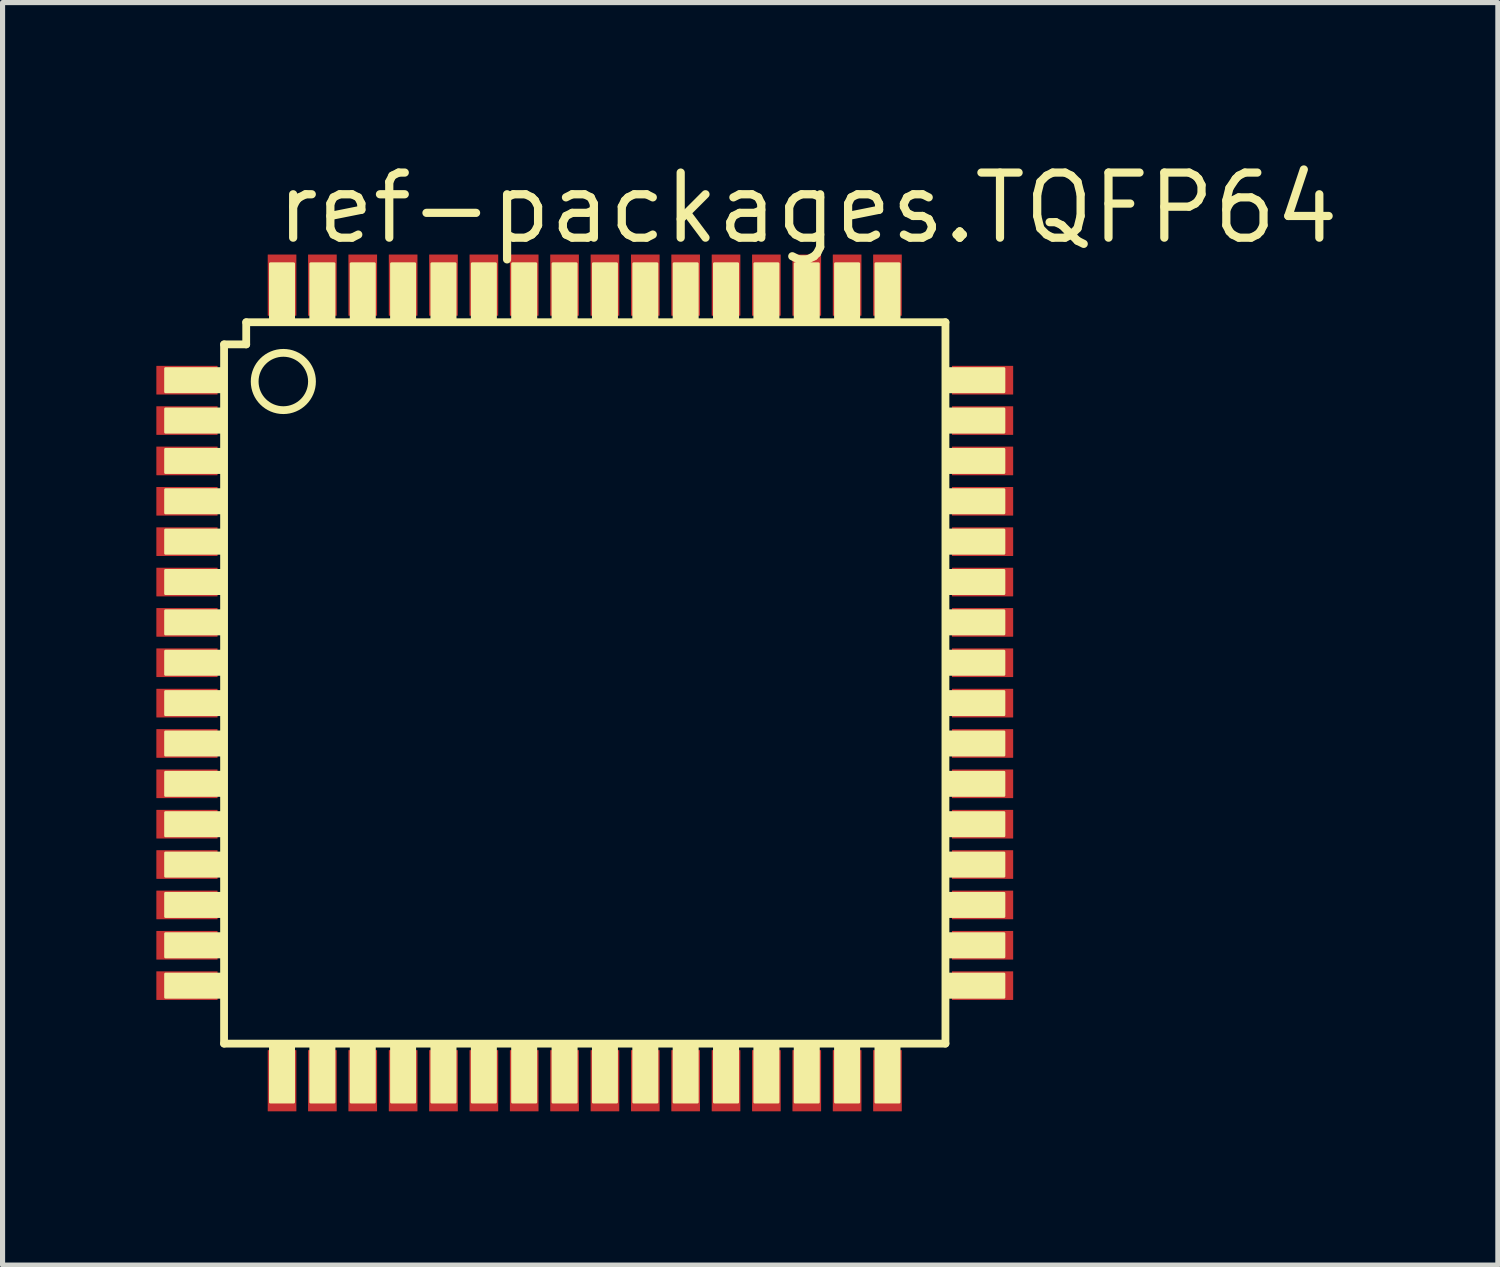
<source format=kicad_pcb>
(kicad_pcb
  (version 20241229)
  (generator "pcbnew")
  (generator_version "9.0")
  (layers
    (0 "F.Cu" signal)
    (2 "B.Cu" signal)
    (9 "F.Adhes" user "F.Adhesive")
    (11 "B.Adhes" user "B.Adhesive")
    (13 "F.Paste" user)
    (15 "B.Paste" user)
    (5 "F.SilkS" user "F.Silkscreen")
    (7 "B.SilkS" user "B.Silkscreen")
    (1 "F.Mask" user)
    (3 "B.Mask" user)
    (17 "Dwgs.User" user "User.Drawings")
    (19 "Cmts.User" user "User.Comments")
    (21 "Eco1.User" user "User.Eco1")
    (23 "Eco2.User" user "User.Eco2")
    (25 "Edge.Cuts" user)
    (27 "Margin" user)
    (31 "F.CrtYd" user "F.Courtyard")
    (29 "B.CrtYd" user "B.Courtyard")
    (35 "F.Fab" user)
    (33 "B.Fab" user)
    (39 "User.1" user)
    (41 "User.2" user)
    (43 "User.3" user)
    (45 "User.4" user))
  (footprint "ref-packages.TQFP64"
    (layer "F.Cu")
    (at 8.357 10.272)
    (property "Reference" "ref-packages.TQFP64" (at -6.096 -8.522 0) (layer "F.SilkS") (effects (font (size 1.27 1.27) (thickness 0.16)) (justify left bottom)))
    (attr smd)
    (fp_line (start -7.036 -6.604) (end -6.604 -6.604) (stroke (width 0.152) (type default)) (layer "F.SilkS"))
    (fp_line (start -7.036 7.036) (end -7.036 -6.604) (stroke (width 0.152) (type default)) (layer "F.SilkS"))
    (fp_line (start -6.604 -7.036) (end 7.036 -7.036) (stroke (width 0.152) (type default)) (layer "F.SilkS"))
    (fp_line (start -6.604 -6.604) (end -6.604 -7.036) (stroke (width 0.152) (type default)) (layer "F.SilkS"))
    (fp_line (start 7.036 -7.036) (end 7.036 7.036) (stroke (width 0.152) (type default)) (layer "F.SilkS"))
    (fp_line (start 7.036 7.036) (end -7.036 7.036) (stroke (width 0.152) (type default)) (layer "F.SilkS"))
    (fp_rect (start -8.179 -5.677) (end -7.087 -6.134) (stroke (width 0.05) (type default)) (fill yes) (layer "F.SilkS"))
    (fp_rect (start -8.179 -4.889) (end -7.087 -5.347) (stroke (width 0.05) (type default)) (fill yes) (layer "F.SilkS"))
    (fp_rect (start -8.179 -4.102) (end -7.087 -4.559) (stroke (width 0.05) (type default)) (fill yes) (layer "F.SilkS"))
    (fp_rect (start -8.179 -3.315) (end -7.087 -3.772) (stroke (width 0.05) (type default)) (fill yes) (layer "F.SilkS"))
    (fp_rect (start -8.179 -2.527) (end -7.087 -2.985) (stroke (width 0.05) (type default)) (fill yes) (layer "F.SilkS"))
    (fp_rect (start -8.179 -1.74) (end -7.087 -2.197) (stroke (width 0.05) (type default)) (fill yes) (layer "F.SilkS"))
    (fp_rect (start -8.179 -0.953) (end -7.087 -1.41) (stroke (width 0.05) (type default)) (fill yes) (layer "F.SilkS"))
    (fp_rect (start -8.179 -0.165) (end -7.087 -0.622) (stroke (width 0.05) (type default)) (fill yes) (layer "F.SilkS"))
    (fp_rect (start -8.179 0.622) (end -7.087 0.165) (stroke (width 0.05) (type default)) (fill yes) (layer "F.SilkS"))
    (fp_rect (start -8.179 1.41) (end -7.087 0.953) (stroke (width 0.05) (type default)) (fill yes) (layer "F.SilkS"))
    (fp_rect (start -8.179 2.197) (end -7.087 1.74) (stroke (width 0.05) (type default)) (fill yes) (layer "F.SilkS"))
    (fp_rect (start -8.179 2.985) (end -7.087 2.527) (stroke (width 0.05) (type default)) (fill yes) (layer "F.SilkS"))
    (fp_rect (start -8.179 3.772) (end -7.087 3.315) (stroke (width 0.05) (type default)) (fill yes) (layer "F.SilkS"))
    (fp_rect (start -8.179 4.559) (end -7.087 4.102) (stroke (width 0.05) (type default)) (fill yes) (layer "F.SilkS"))
    (fp_rect (start -8.179 5.347) (end -7.087 4.889) (stroke (width 0.05) (type default)) (fill yes) (layer "F.SilkS"))
    (fp_rect (start -8.179 6.134) (end -7.087 5.677) (stroke (width 0.05) (type default)) (fill yes) (layer "F.SilkS"))
    (fp_rect (start -6.134 -7.087) (end -5.677 -8.179) (stroke (width 0.05) (type default)) (fill yes) (layer "F.SilkS"))
    (fp_rect (start -6.134 8.179) (end -5.677 7.087) (stroke (width 0.05) (type default)) (fill yes) (layer "F.SilkS"))
    (fp_rect (start -5.347 -7.087) (end -4.889 -8.179) (stroke (width 0.05) (type default)) (fill yes) (layer "F.SilkS"))
    (fp_rect (start -5.347 8.179) (end -4.889 7.087) (stroke (width 0.05) (type default)) (fill yes) (layer "F.SilkS"))
    (fp_rect (start -4.559 -7.087) (end -4.102 -8.179) (stroke (width 0.05) (type default)) (fill yes) (layer "F.SilkS"))
    (fp_rect (start -4.559 8.179) (end -4.102 7.087) (stroke (width 0.05) (type default)) (fill yes) (layer "F.SilkS"))
    (fp_rect (start -3.772 -7.087) (end -3.315 -8.179) (stroke (width 0.05) (type default)) (fill yes) (layer "F.SilkS"))
    (fp_rect (start -3.772 8.179) (end -3.315 7.087) (stroke (width 0.05) (type default)) (fill yes) (layer "F.SilkS"))
    (fp_rect (start -2.985 -7.087) (end -2.527 -8.179) (stroke (width 0.05) (type default)) (fill yes) (layer "F.SilkS"))
    (fp_rect (start -2.985 8.179) (end -2.527 7.087) (stroke (width 0.05) (type default)) (fill yes) (layer "F.SilkS"))
    (fp_rect (start -2.197 -7.087) (end -1.74 -8.179) (stroke (width 0.05) (type default)) (fill yes) (layer "F.SilkS"))
    (fp_rect (start -2.197 8.179) (end -1.74 7.087) (stroke (width 0.05) (type default)) (fill yes) (layer "F.SilkS"))
    (fp_rect (start -1.41 -7.087) (end -0.953 -8.179) (stroke (width 0.05) (type default)) (fill yes) (layer "F.SilkS"))
    (fp_rect (start -1.41 8.179) (end -0.953 7.087) (stroke (width 0.05) (type default)) (fill yes) (layer "F.SilkS"))
    (fp_rect (start -0.622 -7.087) (end -0.165 -8.179) (stroke (width 0.05) (type default)) (fill yes) (layer "F.SilkS"))
    (fp_rect (start -0.622 8.179) (end -0.165 7.087) (stroke (width 0.05) (type default)) (fill yes) (layer "F.SilkS"))
    (fp_rect (start 0.165 -7.087) (end 0.622 -8.179) (stroke (width 0.05) (type default)) (fill yes) (layer "F.SilkS"))
    (fp_rect (start 0.165 8.179) (end 0.622 7.087) (stroke (width 0.05) (type default)) (fill yes) (layer "F.SilkS"))
    (fp_rect (start 0.953 -7.087) (end 1.41 -8.179) (stroke (width 0.05) (type default)) (fill yes) (layer "F.SilkS"))
    (fp_rect (start 0.953 8.179) (end 1.41 7.087) (stroke (width 0.05) (type default)) (fill yes) (layer "F.SilkS"))
    (fp_rect (start 1.74 -7.087) (end 2.197 -8.179) (stroke (width 0.05) (type default)) (fill yes) (layer "F.SilkS"))
    (fp_rect (start 1.74 8.179) (end 2.197 7.087) (stroke (width 0.05) (type default)) (fill yes) (layer "F.SilkS"))
    (fp_rect (start 2.527 -7.087) (end 2.985 -8.179) (stroke (width 0.05) (type default)) (fill yes) (layer "F.SilkS"))
    (fp_rect (start 2.527 8.179) (end 2.985 7.087) (stroke (width 0.05) (type default)) (fill yes) (layer "F.SilkS"))
    (fp_rect (start 3.315 -7.087) (end 3.772 -8.179) (stroke (width 0.05) (type default)) (fill yes) (layer "F.SilkS"))
    (fp_rect (start 3.315 8.179) (end 3.772 7.087) (stroke (width 0.05) (type default)) (fill yes) (layer "F.SilkS"))
    (fp_rect (start 4.102 -7.087) (end 4.559 -8.179) (stroke (width 0.05) (type default)) (fill yes) (layer "F.SilkS"))
    (fp_rect (start 4.102 8.179) (end 4.559 7.087) (stroke (width 0.05) (type default)) (fill yes) (layer "F.SilkS"))
    (fp_rect (start 4.889 -7.087) (end 5.347 -8.179) (stroke (width 0.05) (type default)) (fill yes) (layer "F.SilkS"))
    (fp_rect (start 4.889 8.179) (end 5.347 7.087) (stroke (width 0.05) (type default)) (fill yes) (layer "F.SilkS"))
    (fp_rect (start 5.677 -7.087) (end 6.134 -8.179) (stroke (width 0.05) (type default)) (fill yes) (layer "F.SilkS"))
    (fp_rect (start 5.677 8.179) (end 6.134 7.087) (stroke (width 0.05) (type default)) (fill yes) (layer "F.SilkS"))
    (fp_rect (start 7.087 -5.677) (end 8.179 -6.134) (stroke (width 0.05) (type default)) (fill yes) (layer "F.SilkS"))
    (fp_rect (start 7.087 -4.889) (end 8.179 -5.347) (stroke (width 0.05) (type default)) (fill yes) (layer "F.SilkS"))
    (fp_rect (start 7.087 -4.102) (end 8.179 -4.559) (stroke (width 0.05) (type default)) (fill yes) (layer "F.SilkS"))
    (fp_rect (start 7.087 -3.315) (end 8.179 -3.772) (stroke (width 0.05) (type default)) (fill yes) (layer "F.SilkS"))
    (fp_rect (start 7.087 -2.527) (end 8.179 -2.985) (stroke (width 0.05) (type default)) (fill yes) (layer "F.SilkS"))
    (fp_rect (start 7.087 -1.74) (end 8.179 -2.197) (stroke (width 0.05) (type default)) (fill yes) (layer "F.SilkS"))
    (fp_rect (start 7.087 -0.953) (end 8.179 -1.41) (stroke (width 0.05) (type default)) (fill yes) (layer "F.SilkS"))
    (fp_rect (start 7.087 -0.165) (end 8.179 -0.622) (stroke (width 0.05) (type default)) (fill yes) (layer "F.SilkS"))
    (fp_rect (start 7.087 0.622) (end 8.179 0.165) (stroke (width 0.05) (type default)) (fill yes) (layer "F.SilkS"))
    (fp_rect (start 7.087 1.41) (end 8.179 0.953) (stroke (width 0.05) (type default)) (fill yes) (layer "F.SilkS"))
    (fp_rect (start 7.087 2.197) (end 8.179 1.74) (stroke (width 0.05) (type default)) (fill yes) (layer "F.SilkS"))
    (fp_rect (start 7.087 2.985) (end 8.179 2.527) (stroke (width 0.05) (type default)) (fill yes) (layer "F.SilkS"))
    (fp_rect (start 7.087 3.772) (end 8.179 3.315) (stroke (width 0.05) (type default)) (fill yes) (layer "F.SilkS"))
    (fp_rect (start 7.087 4.559) (end 8.179 4.102) (stroke (width 0.05) (type default)) (fill yes) (layer "F.SilkS"))
    (fp_rect (start 7.087 5.347) (end 8.179 4.889) (stroke (width 0.05) (type default)) (fill yes) (layer "F.SilkS"))
    (fp_rect (start 7.087 6.134) (end 8.179 5.677) (stroke (width 0.05) (type default)) (fill yes) (layer "F.SilkS"))
    (fp_circle (center -5.88 -5.88) (end -5.321 -5.88) (stroke (width 0.152) (type default)) (fill no) (layer "F.SilkS"))
    (pad "1" smd roundrect (at -7.76 -5.905) (size 1.194 0.559) (layers "F.Cu" "F.Mask" "F.Paste") (roundrect_rratio 0.01))
    (pad "2" smd roundrect (at -7.76 -5.118) (size 1.194 0.559) (layers "F.Cu" "F.Mask" "F.Paste") (roundrect_rratio 0.01))
    (pad "3" smd roundrect (at -7.76 -4.331) (size 1.194 0.559) (layers "F.Cu" "F.Mask" "F.Paste") (roundrect_rratio 0.01))
    (pad "4" smd roundrect (at -7.76 -3.543) (size 1.194 0.559) (layers "F.Cu" "F.Mask" "F.Paste") (roundrect_rratio 0.01))
    (pad "5" smd roundrect (at -7.76 -2.756) (size 1.194 0.559) (layers "F.Cu" "F.Mask" "F.Paste") (roundrect_rratio 0.01))
    (pad "6" smd roundrect (at -7.76 -1.968) (size 1.194 0.559) (layers "F.Cu" "F.Mask" "F.Paste") (roundrect_rratio 0.01))
    (pad "7" smd roundrect (at -7.76 -1.181) (size 1.194 0.559) (layers "F.Cu" "F.Mask" "F.Paste") (roundrect_rratio 0.01))
    (pad "8" smd roundrect (at -7.76 -0.394) (size 1.194 0.559) (layers "F.Cu" "F.Mask" "F.Paste") (roundrect_rratio 0.01))
    (pad "9" smd roundrect (at -7.76 0.394) (size 1.194 0.559) (layers "F.Cu" "F.Mask" "F.Paste") (roundrect_rratio 0.01))
    (pad "10" smd roundrect (at -7.76 1.181) (size 1.194 0.559) (layers "F.Cu" "F.Mask" "F.Paste") (roundrect_rratio 0.01))
    (pad "11" smd roundrect (at -7.76 1.968) (size 1.194 0.559) (layers "F.Cu" "F.Mask" "F.Paste") (roundrect_rratio 0.01))
    (pad "12" smd roundrect (at -7.76 2.756) (size 1.194 0.559) (layers "F.Cu" "F.Mask" "F.Paste") (roundrect_rratio 0.01))
    (pad "13" smd roundrect (at -7.76 3.543) (size 1.194 0.559) (layers "F.Cu" "F.Mask" "F.Paste") (roundrect_rratio 0.01))
    (pad "14" smd roundrect (at -7.76 4.331) (size 1.194 0.559) (layers "F.Cu" "F.Mask" "F.Paste") (roundrect_rratio 0.01))
    (pad "15" smd roundrect (at -7.76 5.118) (size 1.194 0.559) (layers "F.Cu" "F.Mask" "F.Paste") (roundrect_rratio 0.01))
    (pad "16" smd roundrect (at -7.76 5.905) (size 1.194 0.559) (layers "F.Cu" "F.Mask" "F.Paste") (roundrect_rratio 0.01))
    (pad "17" smd roundrect (at -5.905 7.76) (size 0.559 1.194) (layers "F.Cu" "F.Mask" "F.Paste") (roundrect_rratio 0.01))
    (pad "18" smd roundrect (at -5.118 7.76) (size 0.559 1.194) (layers "F.Cu" "F.Mask" "F.Paste") (roundrect_rratio 0.01))
    (pad "19" smd roundrect (at -4.331 7.76) (size 0.559 1.194) (layers "F.Cu" "F.Mask" "F.Paste") (roundrect_rratio 0.01))
    (pad "20" smd roundrect (at -3.543 7.76) (size 0.559 1.194) (layers "F.Cu" "F.Mask" "F.Paste") (roundrect_rratio 0.01))
    (pad "21" smd roundrect (at -2.756 7.76) (size 0.559 1.194) (layers "F.Cu" "F.Mask" "F.Paste") (roundrect_rratio 0.01))
    (pad "22" smd roundrect (at -1.968 7.76) (size 0.559 1.194) (layers "F.Cu" "F.Mask" "F.Paste") (roundrect_rratio 0.01))
    (pad "23" smd roundrect (at -1.181 7.76) (size 0.559 1.194) (layers "F.Cu" "F.Mask" "F.Paste") (roundrect_rratio 0.01))
    (pad "24" smd roundrect (at -0.394 7.76) (size 0.559 1.194) (layers "F.Cu" "F.Mask" "F.Paste") (roundrect_rratio 0.01))
    (pad "25" smd roundrect (at 0.394 7.76) (size 0.559 1.194) (layers "F.Cu" "F.Mask" "F.Paste") (roundrect_rratio 0.01))
    (pad "26" smd roundrect (at 1.181 7.76) (size 0.559 1.194) (layers "F.Cu" "F.Mask" "F.Paste") (roundrect_rratio 0.01))
    (pad "27" smd roundrect (at 1.968 7.76) (size 0.559 1.194) (layers "F.Cu" "F.Mask" "F.Paste") (roundrect_rratio 0.01))
    (pad "28" smd roundrect (at 2.756 7.76) (size 0.559 1.194) (layers "F.Cu" "F.Mask" "F.Paste") (roundrect_rratio 0.01))
    (pad "29" smd roundrect (at 3.543 7.76) (size 0.559 1.194) (layers "F.Cu" "F.Mask" "F.Paste") (roundrect_rratio 0.01))
    (pad "30" smd roundrect (at 4.331 7.76) (size 0.559 1.194) (layers "F.Cu" "F.Mask" "F.Paste") (roundrect_rratio 0.01))
    (pad "31" smd roundrect (at 5.118 7.76) (size 0.559 1.194) (layers "F.Cu" "F.Mask" "F.Paste") (roundrect_rratio 0.01))
    (pad "32" smd roundrect (at 5.905 7.76) (size 0.559 1.194) (layers "F.Cu" "F.Mask" "F.Paste") (roundrect_rratio 0.01))
    (pad "33" smd roundrect (at 7.76 5.905) (size 1.194 0.559) (layers "F.Cu" "F.Mask" "F.Paste") (roundrect_rratio 0.01))
    (pad "34" smd roundrect (at 7.76 5.118) (size 1.194 0.559) (layers "F.Cu" "F.Mask" "F.Paste") (roundrect_rratio 0.01))
    (pad "35" smd roundrect (at 7.76 4.331) (size 1.194 0.559) (layers "F.Cu" "F.Mask" "F.Paste") (roundrect_rratio 0.01))
    (pad "36" smd roundrect (at 7.76 3.543) (size 1.194 0.559) (layers "F.Cu" "F.Mask" "F.Paste") (roundrect_rratio 0.01))
    (pad "37" smd roundrect (at 7.76 2.756) (size 1.194 0.559) (layers "F.Cu" "F.Mask" "F.Paste") (roundrect_rratio 0.01))
    (pad "38" smd roundrect (at 7.76 1.968) (size 1.194 0.559) (layers "F.Cu" "F.Mask" "F.Paste") (roundrect_rratio 0.01))
    (pad "39" smd roundrect (at 7.76 1.181) (size 1.194 0.559) (layers "F.Cu" "F.Mask" "F.Paste") (roundrect_rratio 0.01))
    (pad "40" smd roundrect (at 7.76 0.394) (size 1.194 0.559) (layers "F.Cu" "F.Mask" "F.Paste") (roundrect_rratio 0.01))
    (pad "41" smd roundrect (at 7.76 -0.394) (size 1.194 0.559) (layers "F.Cu" "F.Mask" "F.Paste") (roundrect_rratio 0.01))
    (pad "42" smd roundrect (at 7.76 -1.181) (size 1.194 0.559) (layers "F.Cu" "F.Mask" "F.Paste") (roundrect_rratio 0.01))
    (pad "43" smd roundrect (at 7.76 -1.968) (size 1.194 0.559) (layers "F.Cu" "F.Mask" "F.Paste") (roundrect_rratio 0.01))
    (pad "44" smd roundrect (at 7.76 -2.756) (size 1.194 0.559) (layers "F.Cu" "F.Mask" "F.Paste") (roundrect_rratio 0.01))
    (pad "45" smd roundrect (at 7.76 -3.543) (size 1.194 0.559) (layers "F.Cu" "F.Mask" "F.Paste") (roundrect_rratio 0.01))
    (pad "46" smd roundrect (at 7.76 -4.331) (size 1.194 0.559) (layers "F.Cu" "F.Mask" "F.Paste") (roundrect_rratio 0.01))
    (pad "47" smd roundrect (at 7.76 -5.118) (size 1.194 0.559) (layers "F.Cu" "F.Mask" "F.Paste") (roundrect_rratio 0.01))
    (pad "48" smd roundrect (at 7.76 -5.905) (size 1.194 0.559) (layers "F.Cu" "F.Mask" "F.Paste") (roundrect_rratio 0.01))
    (pad "49" smd roundrect (at 5.905 -7.76) (size 0.559 1.194) (layers "F.Cu" "F.Mask" "F.Paste") (roundrect_rratio 0.01))
    (pad "50" smd roundrect (at 5.118 -7.76) (size 0.559 1.194) (layers "F.Cu" "F.Mask" "F.Paste") (roundrect_rratio 0.01))
    (pad "51" smd roundrect (at 4.331 -7.76) (size 0.559 1.194) (layers "F.Cu" "F.Mask" "F.Paste") (roundrect_rratio 0.01))
    (pad "52" smd roundrect (at 3.543 -7.76) (size 0.559 1.194) (layers "F.Cu" "F.Mask" "F.Paste") (roundrect_rratio 0.01))
    (pad "53" smd roundrect (at 2.756 -7.76) (size 0.559 1.194) (layers "F.Cu" "F.Mask" "F.Paste") (roundrect_rratio 0.01))
    (pad "54" smd roundrect (at 1.968 -7.76) (size 0.559 1.194) (layers "F.Cu" "F.Mask" "F.Paste") (roundrect_rratio 0.01))
    (pad "55" smd roundrect (at 1.181 -7.76) (size 0.559 1.194) (layers "F.Cu" "F.Mask" "F.Paste") (roundrect_rratio 0.01))
    (pad "56" smd roundrect (at 0.394 -7.76) (size 0.559 1.194) (layers "F.Cu" "F.Mask" "F.Paste") (roundrect_rratio 0.01))
    (pad "57" smd roundrect (at -0.394 -7.76) (size 0.559 1.194) (layers "F.Cu" "F.Mask" "F.Paste") (roundrect_rratio 0.01))
    (pad "58" smd roundrect (at -1.181 -7.76) (size 0.559 1.194) (layers "F.Cu" "F.Mask" "F.Paste") (roundrect_rratio 0.01))
    (pad "59" smd roundrect (at -1.968 -7.76) (size 0.559 1.194) (layers "F.Cu" "F.Mask" "F.Paste") (roundrect_rratio 0.01))
    (pad "60" smd roundrect (at -2.756 -7.76) (size 0.559 1.194) (layers "F.Cu" "F.Mask" "F.Paste") (roundrect_rratio 0.01))
    (pad "61" smd roundrect (at -3.543 -7.76) (size 0.559 1.194) (layers "F.Cu" "F.Mask" "F.Paste") (roundrect_rratio 0.01))
    (pad "62" smd roundrect (at -4.331 -7.76) (size 0.559 1.194) (layers "F.Cu" "F.Mask" "F.Paste") (roundrect_rratio 0.01))
    (pad "63" smd roundrect (at -5.118 -7.76) (size 0.559 1.194) (layers "F.Cu" "F.Mask" "F.Paste") (roundrect_rratio 0.01))
    (pad "64" smd roundrect (at -5.905 -7.76) (size 0.559 1.194) (layers "F.Cu" "F.Mask" "F.Paste") (roundrect_rratio 0.01)))
  (gr_rect
    (start -3 -3)
    (end 26.169 21.628)
    (stroke (width 0.1) (type default))
    (fill no)
    (layer "Edge.Cuts")))
</source>
